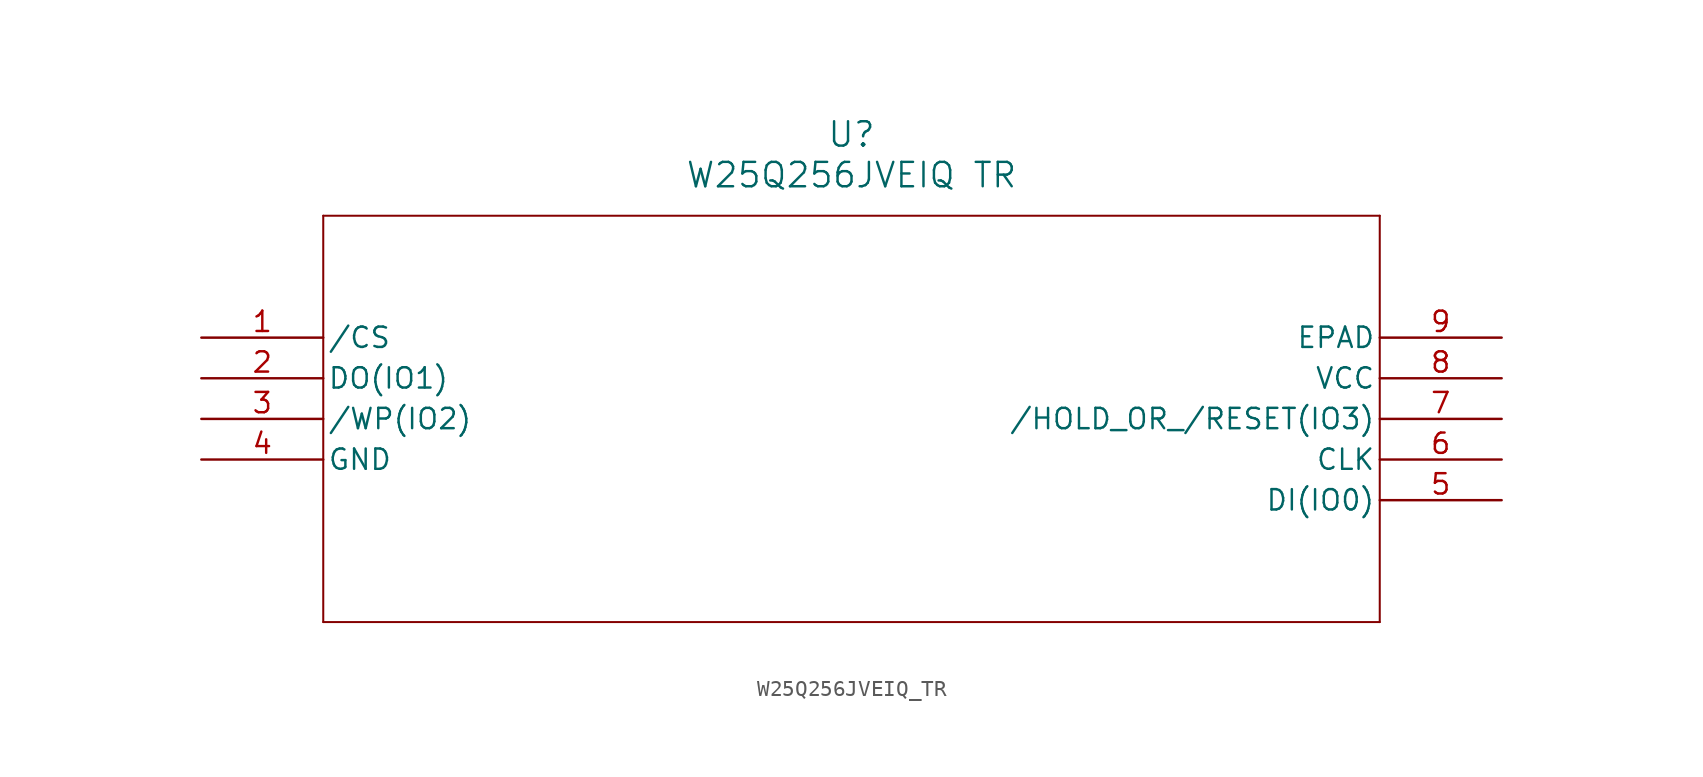
<source format=kicad_sym>
(kicad_symbol_lib
  (version 20211014)
  (generator kicad_symbol_editor)
  (symbol "W25Q256JVEIQ_TR"
    (pin_names
      (offset 0.254))
    (property "Reference" "U"
      (at 40.64 12.7 0)
      (effects (font (size 1.524 1.524))))
    (property "Value" "W25Q256JVEIQ TR"
      (at 40.64 10.16 0)
      (effects (font (size 1.524 1.524))))
    (symbol "W25Q256JVEIQ_TR_0_1"
      (polyline (pts (xy 7.62 7.62) (xy 7.62 -17.78)) (stroke (width 0.127) (type default) (color 0 0 0 0)) (fill (type none)))
      (polyline (pts (xy 7.62 -17.78) (xy 73.66 -17.78)) (stroke (width 0.127) (type default) (color 0 0 0 0)) (fill (type none)))
      (polyline (pts (xy 73.66 -17.78) (xy 73.66 7.62)) (stroke (width 0.127) (type default) (color 0 0 0 0)) (fill (type none)))
      (polyline (pts (xy 73.66 7.62) (xy 7.62 7.62)) (stroke (width 0.127) (type default) (color 0 0 0 0)) (fill (type none)))
      (pin input line (at 0 0 0) (length 7.62) (name "/CS" (effects (font (size 1.27 1.27)))) (number "1" (effects (font (size 1.27 1.27)))))
      (pin bidirectional line (at 0 -2.54 0) (length 7.62) (name "DO(IO1)" (effects (font (size 1.27 1.27)))) (number "2" (effects (font (size 1.27 1.27)))))
      (pin bidirectional line (at 0 -5.08 0) (length 7.62) (name "/WP(IO2)" (effects (font (size 1.27 1.27)))) (number "3" (effects (font (size 1.27 1.27)))))
      (pin power_out line (at 0 -7.62 0) (length 7.62) (name "GND" (effects (font (size 1.27 1.27)))) (number "4" (effects (font (size 1.27 1.27)))))
      (pin bidirectional line (at 81.28 -10.16 180) (length 7.62) (name "DI(IO0)" (effects (font (size 1.27 1.27)))) (number "5" (effects (font (size 1.27 1.27)))))
      (pin input line (at 81.28 -7.62 180) (length 7.62) (name "CLK" (effects (font (size 1.27 1.27)))) (number "6" (effects (font (size 1.27 1.27)))))
      (pin bidirectional line (at 81.28 -5.08 180) (length 7.62) (name "/HOLD_OR_/RESET(IO3)" (effects (font (size 1.27 1.27)))) (number "7" (effects (font (size 1.27 1.27)))))
      (pin power_in line (at 81.28 -2.54 180) (length 7.62) (name "VCC" (effects (font (size 1.27 1.27)))) (number "8" (effects (font (size 1.27 1.27)))))
      (pin power_out line (at 81.28 0 180) (length 7.62) (name "EPAD" (effects (font (size 1.27 1.27)))) (number "9" (effects (font (size 1.27 1.27))))))))
</source>
